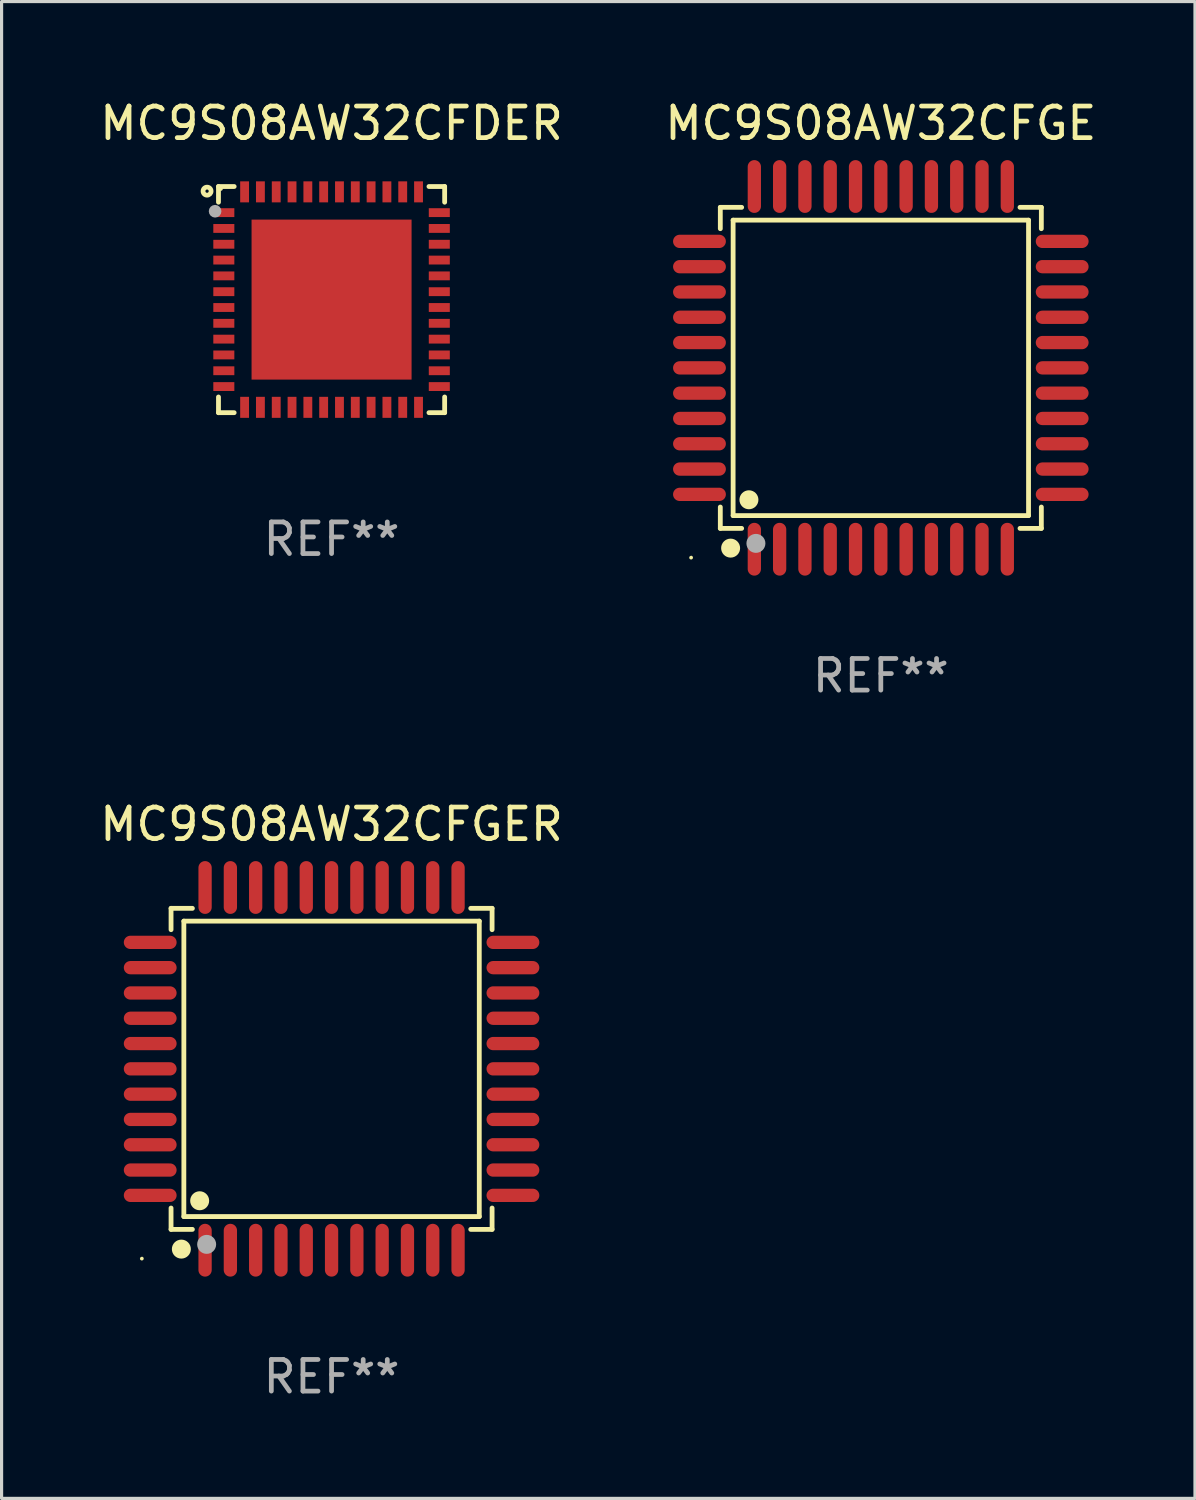
<source format=kicad_pcb>
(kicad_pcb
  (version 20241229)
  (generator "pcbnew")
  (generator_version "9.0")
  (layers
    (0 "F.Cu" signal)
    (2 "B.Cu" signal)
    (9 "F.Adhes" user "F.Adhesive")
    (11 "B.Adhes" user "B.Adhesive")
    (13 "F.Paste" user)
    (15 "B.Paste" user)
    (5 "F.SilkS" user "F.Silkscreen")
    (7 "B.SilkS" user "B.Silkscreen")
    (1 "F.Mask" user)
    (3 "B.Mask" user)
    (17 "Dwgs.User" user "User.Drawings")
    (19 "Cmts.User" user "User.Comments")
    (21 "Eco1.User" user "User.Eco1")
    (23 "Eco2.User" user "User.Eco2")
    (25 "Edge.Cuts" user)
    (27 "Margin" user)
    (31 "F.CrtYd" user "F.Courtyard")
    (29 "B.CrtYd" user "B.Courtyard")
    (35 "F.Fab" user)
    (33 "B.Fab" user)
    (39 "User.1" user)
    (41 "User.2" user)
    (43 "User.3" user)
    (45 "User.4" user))
  (footprint "MC9S08AW32CFGE"
    (layer "F.Cu")
    (at 24.804 8.583)
    (property "Reference" "MC9S08AW32CFGE" (at 0 -7.735 0) (layer "F.SilkS") (effects (font (size 1 1) (thickness 0.15))))
    (attr through_hole)
    (fp_line (start -5.076 -5.076) (end -4.401 -5.076) (stroke (width 0.152) (type solid)) (layer "F.SilkS"))
    (fp_line (start -5.076 -4.401) (end -5.076 -5.076) (stroke (width 0.152) (type solid)) (layer "F.SilkS"))
    (fp_line (start -5.076 4.401) (end -5.076 5.076) (stroke (width 0.152) (type solid)) (layer "F.SilkS"))
    (fp_line (start -5.076 5.076) (end -4.401 5.076) (stroke (width 0.152) (type solid)) (layer "F.SilkS"))
    (fp_line (start -4.671 -4.671) (end 4.671 -4.671) (stroke (width 0.152) (type solid)) (layer "F.SilkS"))
    (fp_line (start -4.671 4.671) (end -4.671 -4.671) (stroke (width 0.152) (type solid)) (layer "F.SilkS"))
    (fp_line (start 4.671 -4.671) (end 4.671 4.671) (stroke (width 0.152) (type solid)) (layer "F.SilkS"))
    (fp_line (start 4.671 4.671) (end -4.671 4.671) (stroke (width 0.152) (type solid)) (layer "F.SilkS"))
    (fp_line (start 5.076 -5.076) (end 4.401 -5.076) (stroke (width 0.152) (type solid)) (layer "F.SilkS"))
    (fp_line (start 5.076 -4.401) (end 5.076 -5.076) (stroke (width 0.152) (type solid)) (layer "F.SilkS"))
    (fp_line (start 5.076 4.401) (end 5.076 5.076) (stroke (width 0.152) (type solid)) (layer "F.SilkS"))
    (fp_line (start 5.076 5.076) (end 4.401 5.076) (stroke (width 0.152) (type solid)) (layer "F.SilkS"))
    (fp_circle (center -6 6) (end -5.97 6) (stroke (width 0.06) (type solid)) (fill no) (layer "F.SilkS"))
    (fp_circle (center -4.75 5.7) (end -4.6 5.7) (stroke (width 0.3) (type solid)) (fill no) (layer "F.SilkS"))
    (fp_circle (center -4.171 4.171) (end -4.021 4.171) (stroke (width 0.3) (type solid)) (fill no) (layer "F.SilkS"))
    (fp_circle (center -3.95 5.55) (end -3.8 5.55) (stroke (width 0.3) (type solid)) (fill no) (layer "F.Fab"))
    (fp_text user "REF**" (at 0 9.735 0) (layer "F.Fab") (effects (font (size 1 1) (thickness 0.15))))
    (pad "1" smd oval (at -4 5.735) (size 0.42 1.67) (layers "F.Cu" "F.Mask" "F.Paste"))
    (pad "2" smd oval (at -3.2 5.735) (size 0.42 1.67) (layers "F.Cu" "F.Mask" "F.Paste"))
    (pad "3" smd oval (at -2.4 5.735) (size 0.42 1.67) (layers "F.Cu" "F.Mask" "F.Paste"))
    (pad "4" smd oval (at -1.6 5.735) (size 0.42 1.67) (layers "F.Cu" "F.Mask" "F.Paste"))
    (pad "5" smd oval (at -0.8 5.735) (size 0.42 1.67) (layers "F.Cu" "F.Mask" "F.Paste"))
    (pad "6" smd oval (at 0 5.735) (size 0.42 1.67) (layers "F.Cu" "F.Mask" "F.Paste"))
    (pad "7" smd oval (at 0.8 5.735) (size 0.42 1.67) (layers "F.Cu" "F.Mask" "F.Paste"))
    (pad "8" smd oval (at 1.6 5.735) (size 0.42 1.67) (layers "F.Cu" "F.Mask" "F.Paste"))
    (pad "9" smd oval (at 2.4 5.735) (size 0.42 1.67) (layers "F.Cu" "F.Mask" "F.Paste"))
    (pad "10" smd oval (at 3.2 5.735) (size 0.42 1.67) (layers "F.Cu" "F.Mask" "F.Paste"))
    (pad "11" smd oval (at 4 5.735) (size 0.42 1.67) (layers "F.Cu" "F.Mask" "F.Paste"))
    (pad "12" smd oval (at 5.735 4) (size 1.67 0.42) (layers "F.Cu" "F.Mask" "F.Paste"))
    (pad "13" smd oval (at 5.735 3.2) (size 1.67 0.42) (layers "F.Cu" "F.Mask" "F.Paste"))
    (pad "14" smd oval (at 5.735 2.4) (size 1.67 0.42) (layers "F.Cu" "F.Mask" "F.Paste"))
    (pad "15" smd oval (at 5.735 1.6) (size 1.67 0.42) (layers "F.Cu" "F.Mask" "F.Paste"))
    (pad "16" smd oval (at 5.735 0.8) (size 1.67 0.42) (layers "F.Cu" "F.Mask" "F.Paste"))
    (pad "17" smd oval (at 5.735 0) (size 1.67 0.42) (layers "F.Cu" "F.Mask" "F.Paste"))
    (pad "18" smd oval (at 5.735 -0.8) (size 1.67 0.42) (layers "F.Cu" "F.Mask" "F.Paste"))
    (pad "19" smd oval (at 5.735 -1.6) (size 1.67 0.42) (layers "F.Cu" "F.Mask" "F.Paste"))
    (pad "20" smd oval (at 5.735 -2.4) (size 1.67 0.42) (layers "F.Cu" "F.Mask" "F.Paste"))
    (pad "21" smd oval (at 5.735 -3.2) (size 1.67 0.42) (layers "F.Cu" "F.Mask" "F.Paste"))
    (pad "22" smd oval (at 5.735 -4) (size 1.67 0.42) (layers "F.Cu" "F.Mask" "F.Paste"))
    (pad "23" smd oval (at 4 -5.735) (size 0.42 1.67) (layers "F.Cu" "F.Mask" "F.Paste"))
    (pad "24" smd oval (at 3.2 -5.735) (size 0.42 1.67) (layers "F.Cu" "F.Mask" "F.Paste"))
    (pad "25" smd oval (at 2.4 -5.735) (size 0.42 1.67) (layers "F.Cu" "F.Mask" "F.Paste"))
    (pad "26" smd oval (at 1.6 -5.735) (size 0.42 1.67) (layers "F.Cu" "F.Mask" "F.Paste"))
    (pad "27" smd oval (at 0.8 -5.735) (size 0.42 1.67) (layers "F.Cu" "F.Mask" "F.Paste"))
    (pad "28" smd oval (at 0 -5.735) (size 0.42 1.67) (layers "F.Cu" "F.Mask" "F.Paste"))
    (pad "29" smd oval (at -0.8 -5.735) (size 0.42 1.67) (layers "F.Cu" "F.Mask" "F.Paste"))
    (pad "30" smd oval (at -1.6 -5.735) (size 0.42 1.67) (layers "F.Cu" "F.Mask" "F.Paste"))
    (pad "31" smd oval (at -2.4 -5.735) (size 0.42 1.67) (layers "F.Cu" "F.Mask" "F.Paste"))
    (pad "32" smd oval (at -3.2 -5.735) (size 0.42 1.67) (layers "F.Cu" "F.Mask" "F.Paste"))
    (pad "33" smd oval (at -4 -5.735) (size 0.42 1.67) (layers "F.Cu" "F.Mask" "F.Paste"))
    (pad "34" smd oval (at -5.735 -4) (size 1.67 0.42) (layers "F.Cu" "F.Mask" "F.Paste"))
    (pad "35" smd oval (at -5.735 -3.2) (size 1.67 0.42) (layers "F.Cu" "F.Mask" "F.Paste"))
    (pad "36" smd oval (at -5.735 -2.4) (size 1.67 0.42) (layers "F.Cu" "F.Mask" "F.Paste"))
    (pad "37" smd oval (at -5.735 -1.6) (size 1.67 0.42) (layers "F.Cu" "F.Mask" "F.Paste"))
    (pad "38" smd oval (at -5.735 -0.8) (size 1.67 0.42) (layers "F.Cu" "F.Mask" "F.Paste"))
    (pad "39" smd oval (at -5.735 0) (size 1.67 0.42) (layers "F.Cu" "F.Mask" "F.Paste"))
    (pad "40" smd oval (at -5.735 0.8) (size 1.67 0.42) (layers "F.Cu" "F.Mask" "F.Paste"))
    (pad "41" smd oval (at -5.735 1.6) (size 1.67 0.42) (layers "F.Cu" "F.Mask" "F.Paste"))
    (pad "42" smd oval (at -5.735 2.4) (size 1.67 0.42) (layers "F.Cu" "F.Mask" "F.Paste"))
    (pad "43" smd oval (at -5.735 3.2) (size 1.67 0.42) (layers "F.Cu" "F.Mask" "F.Paste"))
    (pad "44" smd oval (at -5.735 4) (size 1.67 0.42) (layers "F.Cu" "F.Mask" "F.Paste")))
  (footprint "MC9S08AW32CFGER"
    (layer "F.Cu")
    (at 7.435 30.75)
    (property "Reference" "MC9S08AW32CFGER" (at 0 -7.735 0) (layer "F.SilkS") (effects (font (size 1 1) (thickness 0.15))))
    (attr through_hole)
    (fp_line (start -5.076 -5.076) (end -4.401 -5.076) (stroke (width 0.152) (type solid)) (layer "F.SilkS"))
    (fp_line (start -5.076 -4.401) (end -5.076 -5.076) (stroke (width 0.152) (type solid)) (layer "F.SilkS"))
    (fp_line (start -5.076 4.401) (end -5.076 5.076) (stroke (width 0.152) (type solid)) (layer "F.SilkS"))
    (fp_line (start -5.076 5.076) (end -4.401 5.076) (stroke (width 0.152) (type solid)) (layer "F.SilkS"))
    (fp_line (start -4.671 -4.671) (end 4.671 -4.671) (stroke (width 0.152) (type solid)) (layer "F.SilkS"))
    (fp_line (start -4.671 4.671) (end -4.671 -4.671) (stroke (width 0.152) (type solid)) (layer "F.SilkS"))
    (fp_line (start 4.671 -4.671) (end 4.671 4.671) (stroke (width 0.152) (type solid)) (layer "F.SilkS"))
    (fp_line (start 4.671 4.671) (end -4.671 4.671) (stroke (width 0.152) (type solid)) (layer "F.SilkS"))
    (fp_line (start 5.076 -5.076) (end 4.401 -5.076) (stroke (width 0.152) (type solid)) (layer "F.SilkS"))
    (fp_line (start 5.076 -4.401) (end 5.076 -5.076) (stroke (width 0.152) (type solid)) (layer "F.SilkS"))
    (fp_line (start 5.076 4.401) (end 5.076 5.076) (stroke (width 0.152) (type solid)) (layer "F.SilkS"))
    (fp_line (start 5.076 5.076) (end 4.401 5.076) (stroke (width 0.152) (type solid)) (layer "F.SilkS"))
    (fp_circle (center -6 6) (end -5.97 6) (stroke (width 0.06) (type solid)) (fill no) (layer "F.SilkS"))
    (fp_circle (center -4.75 5.7) (end -4.6 5.7) (stroke (width 0.3) (type solid)) (fill no) (layer "F.SilkS"))
    (fp_circle (center -4.171 4.171) (end -4.021 4.171) (stroke (width 0.3) (type solid)) (fill no) (layer "F.SilkS"))
    (fp_circle (center -3.95 5.55) (end -3.8 5.55) (stroke (width 0.3) (type solid)) (fill no) (layer "F.Fab"))
    (fp_text user "REF**" (at 0 9.735 0) (layer "F.Fab") (effects (font (size 1 1) (thickness 0.15))))
    (pad "1" smd oval (at -4 5.735) (size 0.42 1.67) (layers "F.Cu" "F.Mask" "F.Paste"))
    (pad "2" smd oval (at -3.2 5.735) (size 0.42 1.67) (layers "F.Cu" "F.Mask" "F.Paste"))
    (pad "3" smd oval (at -2.4 5.735) (size 0.42 1.67) (layers "F.Cu" "F.Mask" "F.Paste"))
    (pad "4" smd oval (at -1.6 5.735) (size 0.42 1.67) (layers "F.Cu" "F.Mask" "F.Paste"))
    (pad "5" smd oval (at -0.8 5.735) (size 0.42 1.67) (layers "F.Cu" "F.Mask" "F.Paste"))
    (pad "6" smd oval (at 0 5.735) (size 0.42 1.67) (layers "F.Cu" "F.Mask" "F.Paste"))
    (pad "7" smd oval (at 0.8 5.735) (size 0.42 1.67) (layers "F.Cu" "F.Mask" "F.Paste"))
    (pad "8" smd oval (at 1.6 5.735) (size 0.42 1.67) (layers "F.Cu" "F.Mask" "F.Paste"))
    (pad "9" smd oval (at 2.4 5.735) (size 0.42 1.67) (layers "F.Cu" "F.Mask" "F.Paste"))
    (pad "10" smd oval (at 3.2 5.735) (size 0.42 1.67) (layers "F.Cu" "F.Mask" "F.Paste"))
    (pad "11" smd oval (at 4 5.735) (size 0.42 1.67) (layers "F.Cu" "F.Mask" "F.Paste"))
    (pad "12" smd oval (at 5.735 4) (size 1.67 0.42) (layers "F.Cu" "F.Mask" "F.Paste"))
    (pad "13" smd oval (at 5.735 3.2) (size 1.67 0.42) (layers "F.Cu" "F.Mask" "F.Paste"))
    (pad "14" smd oval (at 5.735 2.4) (size 1.67 0.42) (layers "F.Cu" "F.Mask" "F.Paste"))
    (pad "15" smd oval (at 5.735 1.6) (size 1.67 0.42) (layers "F.Cu" "F.Mask" "F.Paste"))
    (pad "16" smd oval (at 5.735 0.8) (size 1.67 0.42) (layers "F.Cu" "F.Mask" "F.Paste"))
    (pad "17" smd oval (at 5.735 0) (size 1.67 0.42) (layers "F.Cu" "F.Mask" "F.Paste"))
    (pad "18" smd oval (at 5.735 -0.8) (size 1.67 0.42) (layers "F.Cu" "F.Mask" "F.Paste"))
    (pad "19" smd oval (at 5.735 -1.6) (size 1.67 0.42) (layers "F.Cu" "F.Mask" "F.Paste"))
    (pad "20" smd oval (at 5.735 -2.4) (size 1.67 0.42) (layers "F.Cu" "F.Mask" "F.Paste"))
    (pad "21" smd oval (at 5.735 -3.2) (size 1.67 0.42) (layers "F.Cu" "F.Mask" "F.Paste"))
    (pad "22" smd oval (at 5.735 -4) (size 1.67 0.42) (layers "F.Cu" "F.Mask" "F.Paste"))
    (pad "23" smd oval (at 4 -5.735) (size 0.42 1.67) (layers "F.Cu" "F.Mask" "F.Paste"))
    (pad "24" smd oval (at 3.2 -5.735) (size 0.42 1.67) (layers "F.Cu" "F.Mask" "F.Paste"))
    (pad "25" smd oval (at 2.4 -5.735) (size 0.42 1.67) (layers "F.Cu" "F.Mask" "F.Paste"))
    (pad "26" smd oval (at 1.6 -5.735) (size 0.42 1.67) (layers "F.Cu" "F.Mask" "F.Paste"))
    (pad "27" smd oval (at 0.8 -5.735) (size 0.42 1.67) (layers "F.Cu" "F.Mask" "F.Paste"))
    (pad "28" smd oval (at 0 -5.735) (size 0.42 1.67) (layers "F.Cu" "F.Mask" "F.Paste"))
    (pad "29" smd oval (at -0.8 -5.735) (size 0.42 1.67) (layers "F.Cu" "F.Mask" "F.Paste"))
    (pad "30" smd oval (at -1.6 -5.735) (size 0.42 1.67) (layers "F.Cu" "F.Mask" "F.Paste"))
    (pad "31" smd oval (at -2.4 -5.735) (size 0.42 1.67) (layers "F.Cu" "F.Mask" "F.Paste"))
    (pad "32" smd oval (at -3.2 -5.735) (size 0.42 1.67) (layers "F.Cu" "F.Mask" "F.Paste"))
    (pad "33" smd oval (at -4 -5.735) (size 0.42 1.67) (layers "F.Cu" "F.Mask" "F.Paste"))
    (pad "34" smd oval (at -5.735 -4) (size 1.67 0.42) (layers "F.Cu" "F.Mask" "F.Paste"))
    (pad "35" smd oval (at -5.735 -3.2) (size 1.67 0.42) (layers "F.Cu" "F.Mask" "F.Paste"))
    (pad "36" smd oval (at -5.735 -2.4) (size 1.67 0.42) (layers "F.Cu" "F.Mask" "F.Paste"))
    (pad "37" smd oval (at -5.735 -1.6) (size 1.67 0.42) (layers "F.Cu" "F.Mask" "F.Paste"))
    (pad "38" smd oval (at -5.735 -0.8) (size 1.67 0.42) (layers "F.Cu" "F.Mask" "F.Paste"))
    (pad "39" smd oval (at -5.735 0) (size 1.67 0.42) (layers "F.Cu" "F.Mask" "F.Paste"))
    (pad "40" smd oval (at -5.735 0.8) (size 1.67 0.42) (layers "F.Cu" "F.Mask" "F.Paste"))
    (pad "41" smd oval (at -5.735 1.6) (size 1.67 0.42) (layers "F.Cu" "F.Mask" "F.Paste"))
    (pad "42" smd oval (at -5.735 2.4) (size 1.67 0.42) (layers "F.Cu" "F.Mask" "F.Paste"))
    (pad "43" smd oval (at -5.735 3.2) (size 1.67 0.42) (layers "F.Cu" "F.Mask" "F.Paste"))
    (pad "44" smd oval (at -5.735 4) (size 1.67 0.42) (layers "F.Cu" "F.Mask" "F.Paste")))
  (footprint "MC9S08AW32CFDER"
    (layer "F.Cu")
    (at 7.435 6.424)
    (property "Reference" "MC9S08AW32CFDER" (at 0 -5.576 0) (layer "F.SilkS") (effects (font (size 1 1) (thickness 0.15))))
    (attr through_hole)
    (fp_line (start -3.576 -3.576) (end -3.576 -3.08) (stroke (width 0.152) (type solid)) (layer "F.SilkS"))
    (fp_line (start -3.576 3.576) (end -3.576 3.08) (stroke (width 0.152) (type solid)) (layer "F.SilkS"))
    (fp_line (start -3.08 -3.576) (end -3.576 -3.576) (stroke (width 0.152) (type solid)) (layer "F.SilkS"))
    (fp_line (start -3.08 3.576) (end -3.576 3.576) (stroke (width 0.152) (type solid)) (layer "F.SilkS"))
    (fp_line (start 3.08 -3.576) (end 3.576 -3.576) (stroke (width 0.152) (type solid)) (layer "F.SilkS"))
    (fp_line (start 3.08 3.576) (end 3.576 3.576) (stroke (width 0.152) (type solid)) (layer "F.SilkS"))
    (fp_line (start 3.576 -3.576) (end 3.576 -3.08) (stroke (width 0.152) (type solid)) (layer "F.SilkS"))
    (fp_line (start 3.576 3.576) (end 3.576 3.08) (stroke (width 0.152) (type solid)) (layer "F.SilkS"))
    (fp_circle (center -3.937 -3.429) (end -3.81 -3.429) (stroke (width 0.15) (type solid)) (fill no) (layer "F.SilkS"))
    (fp_circle (center -3.5 -3.5) (end -3.47 -3.5) (stroke (width 0.06) (type solid)) (fill no) (layer "F.SilkS"))
    (fp_circle (center -3.683 -2.794) (end -3.583 -2.794) (stroke (width 0.2) (type solid)) (fill no) (layer "F.Fab"))
    (fp_text user "REF**" (at 0 7.576 0) (layer "F.Fab") (effects (font (size 1 1) (thickness 0.15))))
    (pad "1" smd rect (at -3.407 -2.75) (size 0.665 0.28) (layers "F.Cu" "F.Mask" "F.Paste"))
    (pad "2" smd rect (at -3.407 -2.25) (size 0.665 0.28) (layers "F.Cu" "F.Mask" "F.Paste"))
    (pad "3" smd rect (at -3.407 -1.75) (size 0.665 0.28) (layers "F.Cu" "F.Mask" "F.Paste"))
    (pad "4" smd rect (at -3.407 -1.25) (size 0.665 0.28) (layers "F.Cu" "F.Mask" "F.Paste"))
    (pad "5" smd rect (at -3.407 -0.75) (size 0.665 0.28) (layers "F.Cu" "F.Mask" "F.Paste"))
    (pad "6" smd rect (at -3.407 -0.25) (size 0.665 0.28) (layers "F.Cu" "F.Mask" "F.Paste"))
    (pad "7" smd rect (at -3.407 0.25) (size 0.665 0.28) (layers "F.Cu" "F.Mask" "F.Paste"))
    (pad "8" smd rect (at -3.407 0.75) (size 0.665 0.28) (layers "F.Cu" "F.Mask" "F.Paste"))
    (pad "9" smd rect (at -3.407 1.25) (size 0.665 0.28) (layers "F.Cu" "F.Mask" "F.Paste"))
    (pad "10" smd rect (at -3.407 1.75) (size 0.665 0.28) (layers "F.Cu" "F.Mask" "F.Paste"))
    (pad "11" smd rect (at -3.407 2.25) (size 0.665 0.28) (layers "F.Cu" "F.Mask" "F.Paste"))
    (pad "12" smd rect (at -3.407 2.75) (size 0.665 0.28) (layers "F.Cu" "F.Mask" "F.Paste"))
    (pad "13" smd rect (at -2.75 3.407) (size 0.28 0.665) (layers "F.Cu" "F.Mask" "F.Paste"))
    (pad "14" smd rect (at -2.25 3.407) (size 0.28 0.665) (layers "F.Cu" "F.Mask" "F.Paste"))
    (pad "15" smd rect (at -1.75 3.407) (size 0.28 0.665) (layers "F.Cu" "F.Mask" "F.Paste"))
    (pad "16" smd rect (at -1.25 3.407) (size 0.28 0.665) (layers "F.Cu" "F.Mask" "F.Paste"))
    (pad "17" smd rect (at -0.75 3.407) (size 0.28 0.665) (layers "F.Cu" "F.Mask" "F.Paste"))
    (pad "18" smd rect (at -0.25 3.407) (size 0.28 0.665) (layers "F.Cu" "F.Mask" "F.Paste"))
    (pad "19" smd rect (at 0.25 3.407) (size 0.28 0.665) (layers "F.Cu" "F.Mask" "F.Paste"))
    (pad "20" smd rect (at 0.75 3.407) (size 0.28 0.665) (layers "F.Cu" "F.Mask" "F.Paste"))
    (pad "21" smd rect (at 1.25 3.407) (size 0.28 0.665) (layers "F.Cu" "F.Mask" "F.Paste"))
    (pad "22" smd rect (at 1.75 3.407) (size 0.28 0.665) (layers "F.Cu" "F.Mask" "F.Paste"))
    (pad "23" smd rect (at 2.25 3.407) (size 0.28 0.665) (layers "F.Cu" "F.Mask" "F.Paste"))
    (pad "24" smd rect (at 2.75 3.407) (size 0.28 0.665) (layers "F.Cu" "F.Mask" "F.Paste"))
    (pad "25" smd rect (at 3.407 2.75) (size 0.665 0.28) (layers "F.Cu" "F.Mask" "F.Paste"))
    (pad "26" smd rect (at 3.407 2.25) (size 0.665 0.28) (layers "F.Cu" "F.Mask" "F.Paste"))
    (pad "27" smd rect (at 3.407 1.75) (size 0.665 0.28) (layers "F.Cu" "F.Mask" "F.Paste"))
    (pad "28" smd rect (at 3.407 1.25) (size 0.665 0.28) (layers "F.Cu" "F.Mask" "F.Paste"))
    (pad "29" smd rect (at 3.407 0.75) (size 0.665 0.28) (layers "F.Cu" "F.Mask" "F.Paste"))
    (pad "30" smd rect (at 3.407 0.25) (size 0.665 0.28) (layers "F.Cu" "F.Mask" "F.Paste"))
    (pad "31" smd rect (at 3.407 -0.25) (size 0.665 0.28) (layers "F.Cu" "F.Mask" "F.Paste"))
    (pad "32" smd rect (at 3.407 -0.75) (size 0.665 0.28) (layers "F.Cu" "F.Mask" "F.Paste"))
    (pad "33" smd rect (at 3.407 -1.25) (size 0.665 0.28) (layers "F.Cu" "F.Mask" "F.Paste"))
    (pad "34" smd rect (at 3.407 -1.75) (size 0.665 0.28) (layers "F.Cu" "F.Mask" "F.Paste"))
    (pad "35" smd rect (at 3.407 -2.25) (size 0.665 0.28) (layers "F.Cu" "F.Mask" "F.Paste"))
    (pad "36" smd rect (at 3.407 -2.75) (size 0.665 0.28) (layers "F.Cu" "F.Mask" "F.Paste"))
    (pad "37" smd rect (at 2.75 -3.407) (size 0.28 0.665) (layers "F.Cu" "F.Mask" "F.Paste"))
    (pad "38" smd rect (at 2.25 -3.407) (size 0.28 0.665) (layers "F.Cu" "F.Mask" "F.Paste"))
    (pad "39" smd rect (at 1.75 -3.407) (size 0.28 0.665) (layers "F.Cu" "F.Mask" "F.Paste"))
    (pad "40" smd rect (at 1.25 -3.407) (size 0.28 0.665) (layers "F.Cu" "F.Mask" "F.Paste"))
    (pad "41" smd rect (at 0.75 -3.407) (size 0.28 0.665) (layers "F.Cu" "F.Mask" "F.Paste"))
    (pad "42" smd rect (at 0.25 -3.407) (size 0.28 0.665) (layers "F.Cu" "F.Mask" "F.Paste"))
    (pad "43" smd rect (at -0.25 -3.407) (size 0.28 0.665) (layers "F.Cu" "F.Mask" "F.Paste"))
    (pad "44" smd rect (at -0.75 -3.407) (size 0.28 0.665) (layers "F.Cu" "F.Mask" "F.Paste"))
    (pad "45" smd rect (at -1.25 -3.407) (size 0.28 0.665) (layers "F.Cu" "F.Mask" "F.Paste"))
    (pad "46" smd rect (at -1.75 -3.407) (size 0.28 0.665) (layers "F.Cu" "F.Mask" "F.Paste"))
    (pad "47" smd rect (at -2.25 -3.407) (size 0.28 0.665) (layers "F.Cu" "F.Mask" "F.Paste"))
    (pad "48" smd rect (at -2.75 -3.407) (size 0.28 0.665) (layers "F.Cu" "F.Mask" "F.Paste"))
    (pad "49" smd rect (at 0 0) (size 5.06 5.06) (layers "F.Cu" "F.Mask" "F.Paste")))
  (gr_rect
    (start -3 -3)
    (end 34.738 44.333)
    (stroke (width 0.1) (type default))
    (fill no)
    (layer "Edge.Cuts")))
</source>
